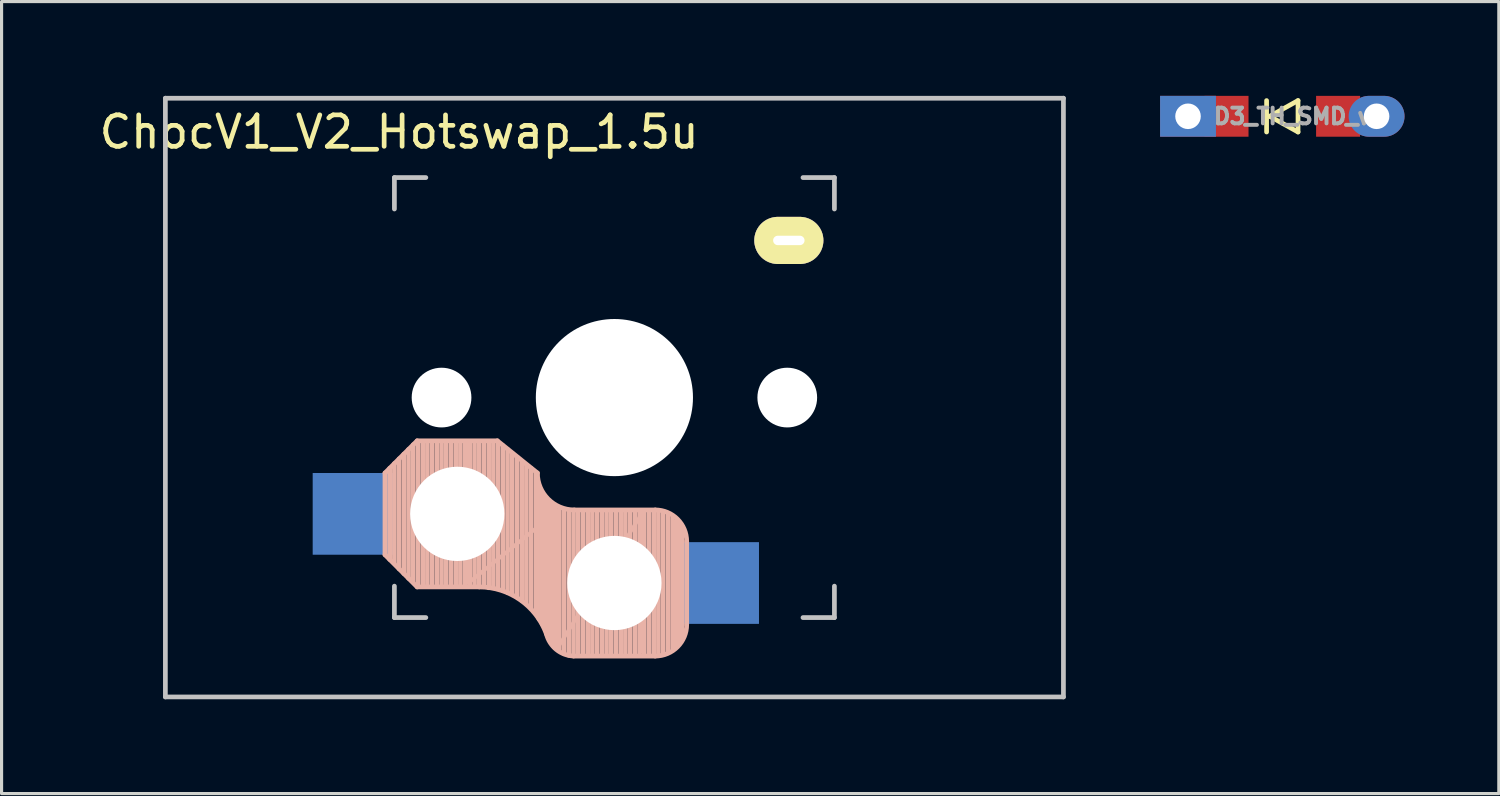
<source format=kicad_pcb>
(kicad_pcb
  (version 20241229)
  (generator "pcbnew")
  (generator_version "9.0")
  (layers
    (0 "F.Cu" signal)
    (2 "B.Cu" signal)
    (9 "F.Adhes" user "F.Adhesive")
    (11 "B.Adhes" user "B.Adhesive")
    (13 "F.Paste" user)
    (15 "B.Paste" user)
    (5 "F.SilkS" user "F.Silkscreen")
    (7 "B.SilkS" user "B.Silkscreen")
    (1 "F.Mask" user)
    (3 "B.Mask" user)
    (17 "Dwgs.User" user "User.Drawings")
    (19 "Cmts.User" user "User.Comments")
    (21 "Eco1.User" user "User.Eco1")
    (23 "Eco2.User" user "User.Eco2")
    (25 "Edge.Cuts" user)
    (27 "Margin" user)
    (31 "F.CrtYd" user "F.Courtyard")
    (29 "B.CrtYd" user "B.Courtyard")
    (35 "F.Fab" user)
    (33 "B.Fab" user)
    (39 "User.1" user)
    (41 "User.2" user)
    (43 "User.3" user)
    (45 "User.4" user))
  (footprint "ChocV1_V2_Hotswap_1.5u"
    (layer "F.Cu")
    (at 16.499 9.6)
    (property "Reference" "ChocV1_V2_Hotswap_1.5u" (at -6.85 -8.45 0) (layer "F.SilkS") (effects (font (size 1 1) (thickness 0.15))))
    (attr through_hole)
    (fp_line (start -7.3 2.4) (end -7.3 5) (stroke (width 0.15) (type solid)) (layer "B.SilkS"))
    (fp_line (start -7.3 2.4) (end -6.275 1.375) (stroke (width 0.15) (type solid)) (layer "B.SilkS"))
    (fp_line (start -7.3 5) (end -6.275 6.025) (stroke (width 0.15) (type solid)) (layer "B.SilkS"))
    (fp_line (start -7.15 5.15) (end -7.15 2.25) (stroke (width 0.15) (type solid)) (layer "B.SilkS"))
    (fp_line (start -7 5.25) (end -7 2.1) (stroke (width 0.15) (type solid)) (layer "B.SilkS"))
    (fp_line (start -6.85 5.45) (end -6.85 1.95) (stroke (width 0.15) (type solid)) (layer "B.SilkS"))
    (fp_line (start -6.7 5.6) (end -6.7 1.8) (stroke (width 0.15) (type solid)) (layer "B.SilkS"))
    (fp_line (start -6.55 5.75) (end -6.55 1.65) (stroke (width 0.15) (type solid)) (layer "B.SilkS"))
    (fp_line (start -6.4 5.85) (end -6.4 1.5) (stroke (width 0.15) (type solid)) (layer "B.SilkS"))
    (fp_line (start -6.25 6) (end -6.25 1.4) (stroke (width 0.15) (type solid)) (layer "B.SilkS"))
    (fp_line (start -6.1 6) (end -6.1 1.4) (stroke (width 0.15) (type solid)) (layer "B.SilkS"))
    (fp_line (start -5.95 6) (end -5.95 1.4) (stroke (width 0.15) (type solid)) (layer "B.SilkS"))
    (fp_line (start -5.8 6) (end -5.8 1.4) (stroke (width 0.15) (type solid)) (layer "B.SilkS"))
    (fp_line (start -5.65 6) (end -5.65 1.4) (stroke (width 0.15) (type solid)) (layer "B.SilkS"))
    (fp_line (start -5.5 6) (end -5.5 1.4) (stroke (width 0.15) (type solid)) (layer "B.SilkS"))
    (fp_line (start -5.35 6) (end -5.35 1.4) (stroke (width 0.15) (type solid)) (layer "B.SilkS"))
    (fp_line (start -5.2 6) (end -5.2 1.4) (stroke (width 0.15) (type solid)) (layer "B.SilkS"))
    (fp_line (start -5.05 6) (end -5.05 1.4) (stroke (width 0.15) (type solid)) (layer "B.SilkS"))
    (fp_line (start -4.9 6) (end -4.9 1.4) (stroke (width 0.15) (type solid)) (layer "B.SilkS"))
    (fp_line (start -4.75 6) (end -4.75 1.4) (stroke (width 0.15) (type solid)) (layer "B.SilkS"))
    (fp_line (start -4.65 5.9) (end -4.65 1.4) (stroke (width 0.12) (type solid)) (layer "B.SilkS"))
    (fp_line (start -4.6 6) (end -4.6 1.4) (stroke (width 0.15) (type solid)) (layer "B.SilkS"))
    (fp_line (start -4.45 6) (end -4.45 1.4) (stroke (width 0.15) (type solid)) (layer "B.SilkS"))
    (fp_line (start -4.3 6) (end -4.3 1.4) (stroke (width 0.15) (type solid)) (layer "B.SilkS"))
    (fp_line (start -4.3 6.025) (end -6.275 6.025) (stroke (width 0.15) (type solid)) (layer "B.SilkS"))
    (fp_line (start -4.15 6) (end -4.15 1.45) (stroke (width 0.15) (type solid)) (layer "B.SilkS"))
    (fp_line (start -4 6.05) (end -4 1.4) (stroke (width 0.15) (type solid)) (layer "B.SilkS"))
    (fp_line (start -3.85 6.05) (end -3.85 1.4) (stroke (width 0.15) (type solid)) (layer "B.SilkS"))
    (fp_line (start -3.725 1.375) (end -6.275 1.375) (stroke (width 0.15) (type solid)) (layer "B.SilkS"))
    (fp_line (start -3.725 1.375) (end -2.45 2.4) (stroke (width 0.15) (type solid)) (layer "B.SilkS"))
    (fp_line (start -3.7 6.05) (end -3.7 1.45) (stroke (width 0.15) (type solid)) (layer "B.SilkS"))
    (fp_line (start -3.55 6.1) (end -3.55 1.55) (stroke (width 0.15) (type solid)) (layer "B.SilkS"))
    (fp_line (start -3.4 6.2) (end -3.4 1.65) (stroke (width 0.15) (type solid)) (layer "B.SilkS"))
    (fp_line (start -3.25 6.25) (end -3.25 1.8) (stroke (width 0.15) (type solid)) (layer "B.SilkS"))
    (fp_line (start -3.1 6.35) (end -3.1 1.9) (stroke (width 0.15) (type solid)) (layer "B.SilkS"))
    (fp_line (start -2.95 6.45) (end -2.95 2.05) (stroke (width 0.15) (type solid)) (layer "B.SilkS"))
    (fp_line (start -2.8 6.55) (end -2.8 2.15) (stroke (width 0.15) (type solid)) (layer "B.SilkS"))
    (fp_line (start -2.65 6.7) (end -2.65 2.25) (stroke (width 0.15) (type solid)) (layer "B.SilkS"))
    (fp_line (start -2.5 6.85) (end -2.5 2.4) (stroke (width 0.15) (type solid)) (layer "B.SilkS"))
    (fp_line (start -2.4 7.05) (end -2.4 2.9) (stroke (width 0.15) (type solid)) (layer "B.SilkS"))
    (fp_line (start -2.3 7.2) (end -2.3 3.05) (stroke (width 0.15) (type solid)) (layer "B.SilkS"))
    (fp_line (start -2.2 7.4) (end -2.2 3.25) (stroke (width 0.15) (type solid)) (layer "B.SilkS"))
    (fp_line (start -2.1 7.55) (end -2.1 3.35) (stroke (width 0.15) (type solid)) (layer "B.SilkS"))
    (fp_line (start -2 7.8) (end -2 3.4) (stroke (width 0.15) (type solid)) (layer "B.SilkS"))
    (fp_line (start -1.9 7.95) (end -1.9 3.45) (stroke (width 0.15) (type solid)) (layer "B.SilkS"))
    (fp_line (start -1.8 3.6) (end -4.65 5.9) (stroke (width 0.12) (type solid)) (layer "B.SilkS"))
    (fp_line (start -1.8 7.95) (end -1.8 3.6) (stroke (width 0.12) (type solid)) (layer "B.SilkS"))
    (fp_line (start -1.75 8.05) (end -1.75 3.5) (stroke (width 0.15) (type solid)) (layer "B.SilkS"))
    (fp_line (start -1.6 8.15) (end -1.6 3.6) (stroke (width 0.15) (type solid)) (layer "B.SilkS"))
    (fp_line (start -1.45 8.2) (end -1.45 3.6) (stroke (width 0.15) (type solid)) (layer "B.SilkS"))
    (fp_line (start -1.3 8.2) (end -1.3 3.6) (stroke (width 0.15) (type solid)) (layer "B.SilkS"))
    (fp_line (start -1.15 8.2) (end -1.15 3.65) (stroke (width 0.15) (type solid)) (layer "B.SilkS"))
    (fp_line (start -1 8.2) (end -1 3.6) (stroke (width 0.15) (type solid)) (layer "B.SilkS"))
    (fp_line (start -0.85 8.2) (end -0.85 3.6) (stroke (width 0.15) (type solid)) (layer "B.SilkS"))
    (fp_line (start -0.7 8.2) (end -0.7 3.6) (stroke (width 0.15) (type solid)) (layer "B.SilkS"))
    (fp_line (start -0.55 8.2) (end -0.55 3.6) (stroke (width 0.15) (type solid)) (layer "B.SilkS"))
    (fp_line (start -0.4 8.2) (end -0.4 3.6) (stroke (width 0.15) (type solid)) (layer "B.SilkS"))
    (fp_line (start -0.25 8.2) (end -0.25 3.6) (stroke (width 0.15) (type solid)) (layer "B.SilkS"))
    (fp_line (start -0.1 8.2) (end -0.1 3.6) (stroke (width 0.15) (type solid)) (layer "B.SilkS"))
    (fp_line (start 0.05 8.2) (end 0.05 3.6) (stroke (width 0.15) (type solid)) (layer "B.SilkS"))
    (fp_line (start 0.2 8.2) (end 0.2 3.6) (stroke (width 0.15) (type solid)) (layer "B.SilkS"))
    (fp_line (start 0.35 8.2) (end 0.35 3.6) (stroke (width 0.15) (type solid)) (layer "B.SilkS"))
    (fp_line (start 0.5 8.2) (end 0.5 3.6) (stroke (width 0.15) (type solid)) (layer "B.SilkS"))
    (fp_line (start 0.65 8.2) (end 0.65 3.6) (stroke (width 0.15) (type solid)) (layer "B.SilkS"))
    (fp_line (start 0.8 8.2) (end 0.8 3.6) (stroke (width 0.15) (type solid)) (layer "B.SilkS"))
    (fp_line (start 0.9 3.65) (end -1.8 7.95) (stroke (width 0.12) (type solid)) (layer "B.SilkS"))
    (fp_line (start 0.9 8.1) (end 0.9 3.65) (stroke (width 0.12) (type solid)) (layer "B.SilkS"))
    (fp_line (start 0.95 8.2) (end 0.95 3.6) (stroke (width 0.15) (type solid)) (layer "B.SilkS"))
    (fp_line (start 1.1 8.2) (end 1.1 3.6) (stroke (width 0.15) (type solid)) (layer "B.SilkS"))
    (fp_line (start 1.25 8.2) (end 1.25 3.6) (stroke (width 0.15) (type solid)) (layer "B.SilkS"))
    (fp_line (start 1.3 3.575) (end -1.275 3.575) (stroke (width 0.15) (type solid)) (layer "B.SilkS"))
    (fp_line (start 1.3 8.225) (end -1.3 8.225) (stroke (width 0.15) (type solid)) (layer "B.SilkS"))
    (fp_line (start 1.4 8.2) (end 1.4 3.65) (stroke (width 0.15) (type solid)) (layer "B.SilkS"))
    (fp_line (start 1.55 8.15) (end 1.55 3.65) (stroke (width 0.15) (type solid)) (layer "B.SilkS"))
    (fp_line (start 1.7 8.1) (end 1.7 3.7) (stroke (width 0.15) (type solid)) (layer "B.SilkS"))
    (fp_line (start 1.85 8) (end 1.85 3.8) (stroke (width 0.15) (type solid)) (layer "B.SilkS"))
    (fp_line (start 1.95 7.9) (end 1.95 3.95) (stroke (width 0.15) (type solid)) (layer "B.SilkS"))
    (fp_line (start 2.05 7.8) (end 2.05 4.05) (stroke (width 0.15) (type solid)) (layer "B.SilkS"))
    (fp_line (start 2.15 7.65) (end 2.15 4.1) (stroke (width 0.15) (type solid)) (layer "B.SilkS"))
    (fp_line (start 2.3 4.575) (end 2.3 7.225) (stroke (width 0.15) (type solid)) (layer "B.SilkS"))
    (fp_arc (start -4.3 6.025) (mid -2.995114 6.436429) (end -2.162199 7.521904) (stroke (width 0.15) (type solid)) (layer "B.SilkS"))
    (fp_arc (start -1.300995 8.223791) (mid -1.848284 8.016021) (end -2.162199 7.521904) (stroke (width 0.15) (type solid)) (layer "B.SilkS"))
    (fp_arc (start -1.275 3.575) (mid -2.10585 3.23085) (end -2.45 2.4) (stroke (width 0.15) (type solid)) (layer "B.SilkS"))
    (fp_arc (start 1.3 3.575) (mid 2.007107 3.867893) (end 2.3 4.575) (stroke (width 0.15) (type solid)) (layer "B.SilkS"))
    (fp_arc (start 2.3 7.225) (mid 2.007107 7.932107) (end 1.3 8.225) (stroke (width 0.15) (type solid)) (layer "B.SilkS"))
    (fp_line (start -14.287 -9.525) (end 14.287 -9.525) (stroke (width 0.15) (type solid)) (layer "Dwgs.User"))
    (fp_line (start -14.287 9.525) (end -14.287 -9.525) (stroke (width 0.15) (type solid)) (layer "Dwgs.User"))
    (fp_line (start -7 -7) (end -6 -7) (stroke (width 0.15) (type solid)) (layer "Dwgs.User"))
    (fp_line (start -7 -6) (end -7 -7) (stroke (width 0.15) (type solid)) (layer "Dwgs.User"))
    (fp_line (start -7 7) (end -7 6) (stroke (width 0.15) (type solid)) (layer "Dwgs.User"))
    (fp_line (start -6 7) (end -7 7) (stroke (width 0.15) (type solid)) (layer "Dwgs.User"))
    (fp_line (start 6 7) (end 7 7) (stroke (width 0.15) (type solid)) (layer "Dwgs.User"))
    (fp_line (start 7 -7) (end 6 -7) (stroke (width 0.15) (type solid)) (layer "Dwgs.User"))
    (fp_line (start 7 -6) (end 7 -7) (stroke (width 0.15) (type solid)) (layer "Dwgs.User"))
    (fp_line (start 7 7) (end 7 6) (stroke (width 0.15) (type solid)) (layer "Dwgs.User"))
    (fp_line (start 14.287 -9.525) (end 14.287 9.525) (stroke (width 0.15) (type solid)) (layer "Dwgs.User"))
    (fp_line (start 14.287 9.525) (end -14.287 9.525) (stroke (width 0.15) (type solid)) (layer "Dwgs.User"))
    (pad "" np_thru_hole circle (at -5.5 0 90) (size 1.9 1.9) (drill 1.9) (layers "*.Cu"))
    (pad "" np_thru_hole circle (at -5 3.7 90) (size 3 3) (drill 3) (layers "*.Cu" "*.Mask"))
    (pad "" np_thru_hole circle (at 0 0 90) (size 5 5) (drill 5) (layers "*.Cu"))
    (pad "" np_thru_hole circle (at 0 5.9 90) (size 3 3) (drill 3) (layers "*.Cu" "*.Mask"))
    (pad "" np_thru_hole circle (at 5.5 0 90) (size 1.9 1.9) (drill 1.9) (layers "*.Cu"))
    (pad "" thru_hole oval (at 5.55 -5 180) (size 2.2 1.5) (drill oval 1 0.3) (layers "*.Cu" "B.Mask" "F.SilkS"))
    (pad "1" smd rect (at -8.3 3.7 180) (size 2.6 2.6) (layers "B.Cu" "B.Mask" "B.Paste"))
    (pad "2" smd rect (at 3.3 5.9 180) (size 2.6 2.6) (layers "B.Cu" "B.Mask" "B.Paste")))
  (footprint "D3_TH_SMD_v2"
    (layer "F.Cu")
    (at 37.75 0.65)
    (property "Reference" "D3_TH_SMD_v2" (at 0.55 0 180) (layer "F.Fab") (effects (font (size 0.5 0.5) (thickness 0.125))))
    (attr through_hole)
    (fp_line (start -0.5 -0.5) (end -0.5 0.5) (stroke (width 0.15) (type solid)) (layer "F.SilkS"))
    (fp_line (start -0.4 0) (end 0.5 -0.5) (stroke (width 0.15) (type solid)) (layer "F.SilkS"))
    (fp_line (start 0.5 -0.5) (end 0.5 0.5) (stroke (width 0.15) (type solid)) (layer "F.SilkS"))
    (fp_line (start 0.5 0.5) (end -0.4 0) (stroke (width 0.15) (type solid)) (layer "F.SilkS"))
    (pad "1" thru_hole rect (at -3 0) (size 1.778 1.3) (drill 0.813) (layers "*.Cu" "B.Mask"))
    (pad "1" smd rect (at -1.775 0 180) (size 1.4 1.3) (layers "F.Cu" "F.Mask" "F.Paste"))
    (pad "2" smd rect (at 1.775 0 180) (size 1.4 1.3) (layers "F.Cu" "F.Mask" "F.Paste"))
    (pad "2" thru_hole oval (at 3 0) (size 1.778 1.3) (drill 0.813) (layers "*.Cu" "B.Mask")))
  (gr_rect
    (start -3 -3)
    (end 44.639 22.2)
    (stroke (width 0.1) (type default))
    (fill no)
    (layer "Edge.Cuts")))
</source>
